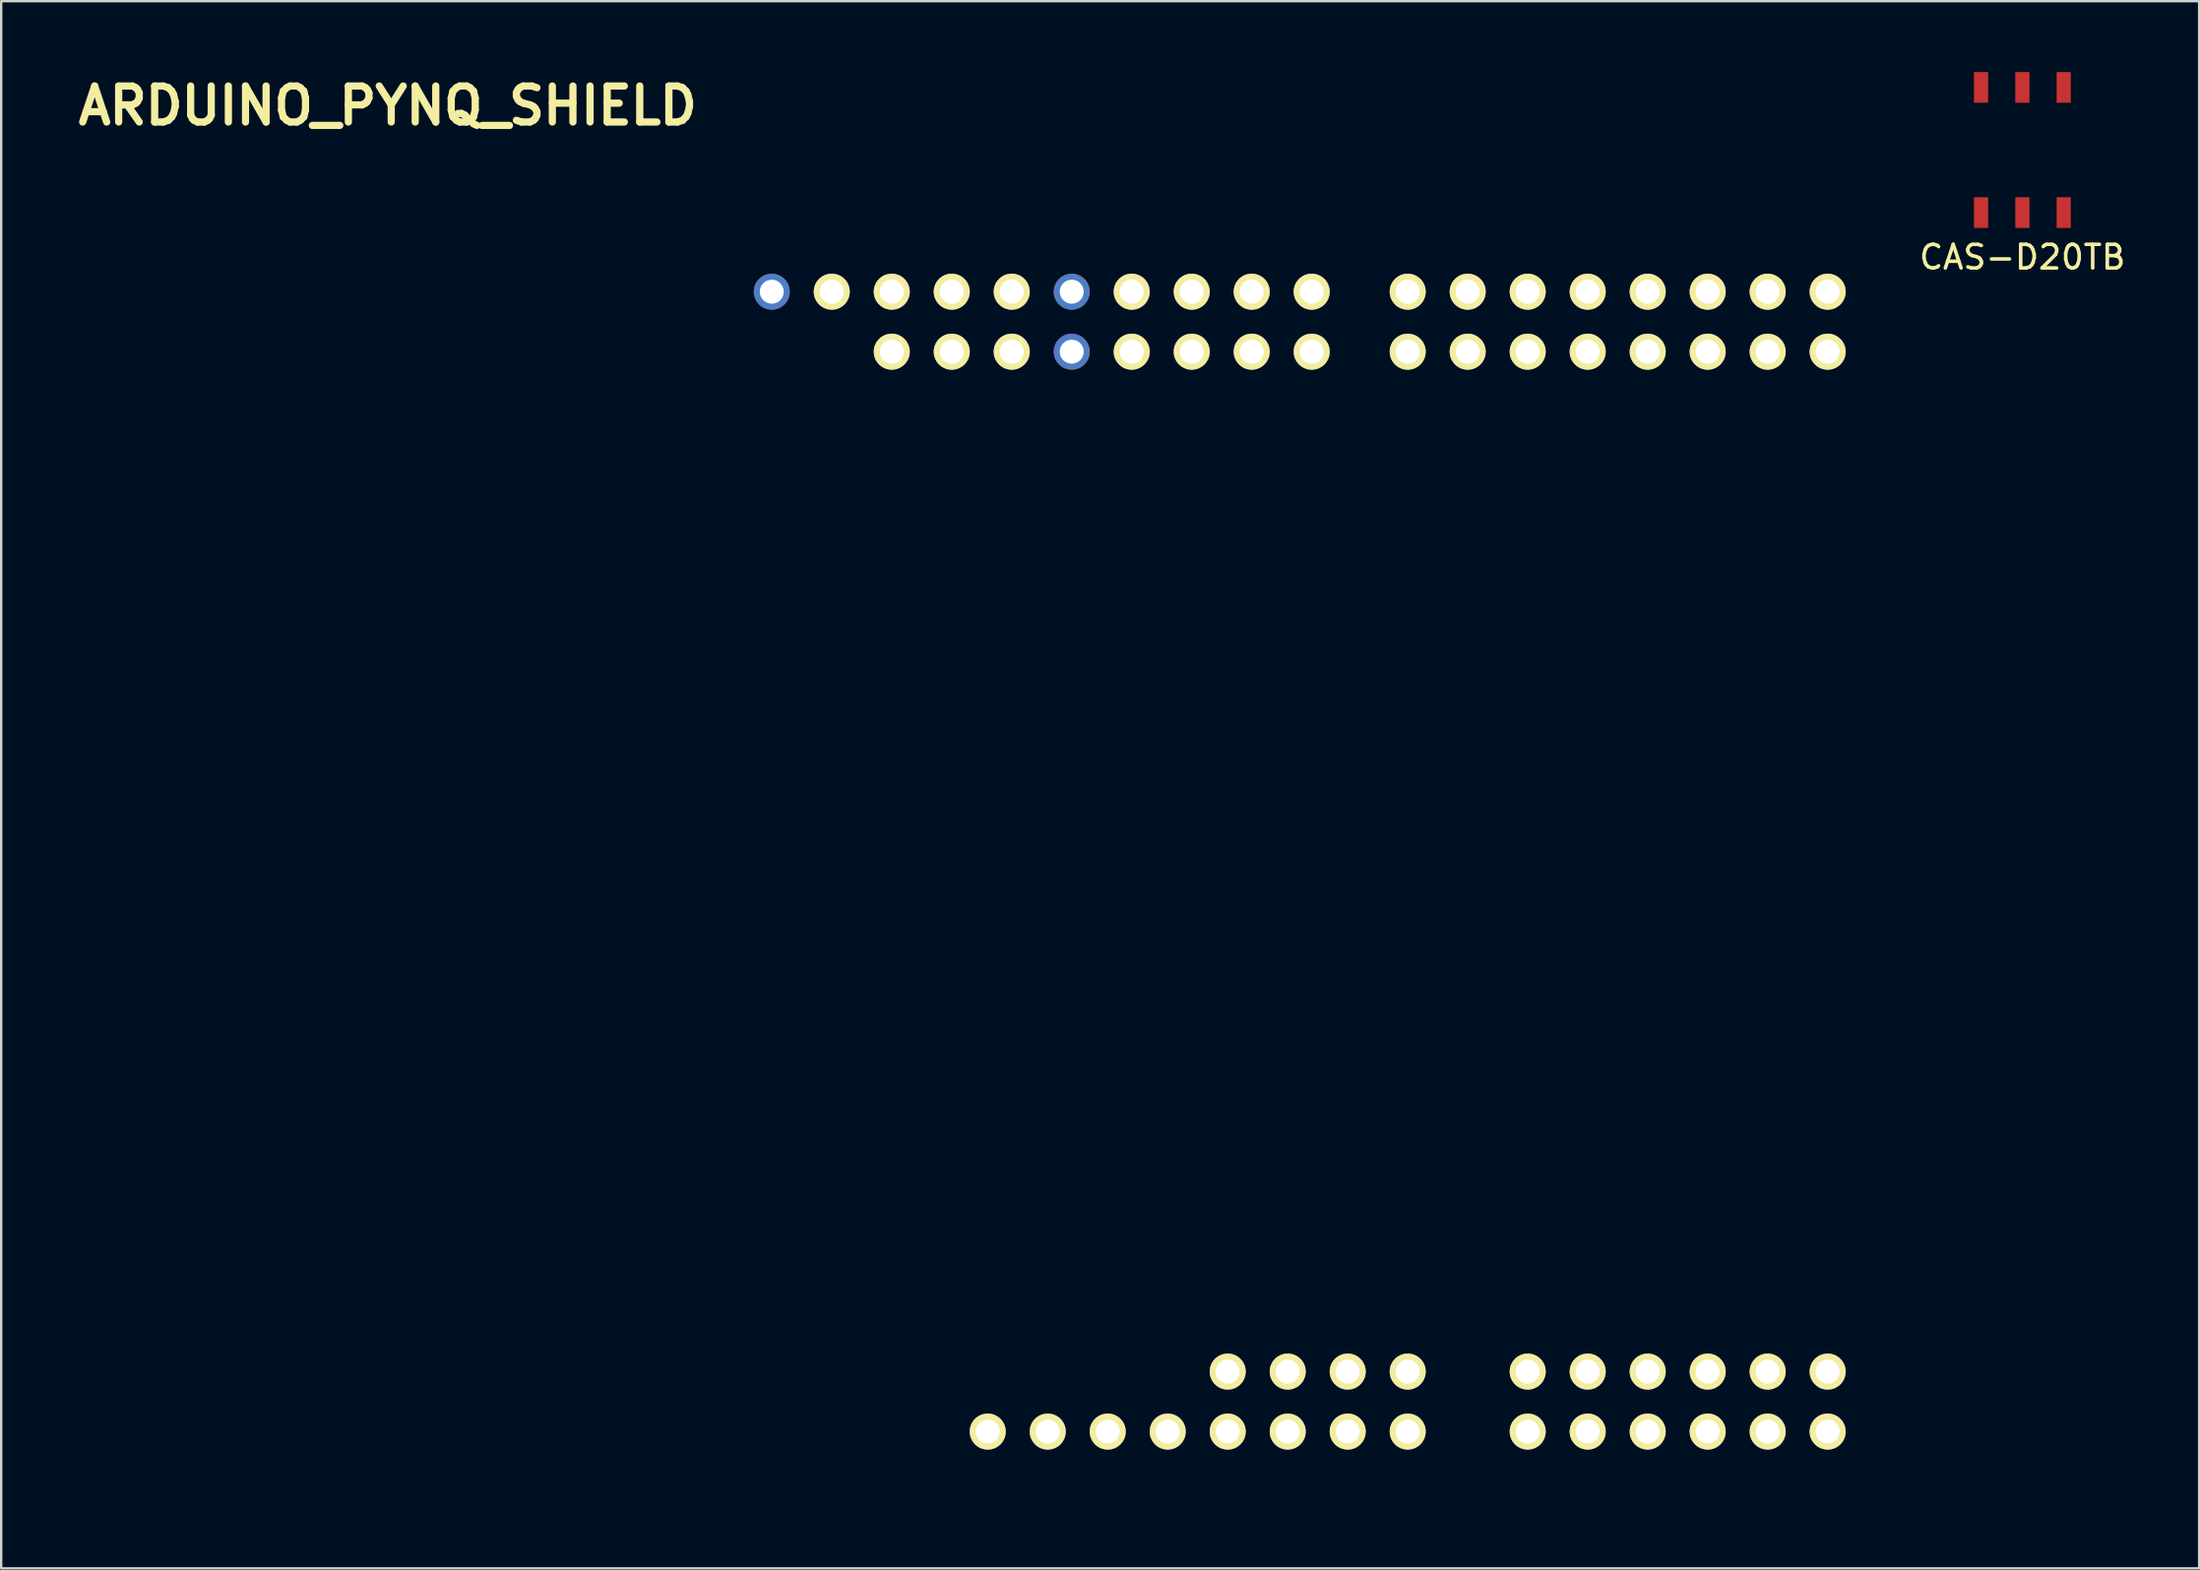
<source format=kicad_pcb>
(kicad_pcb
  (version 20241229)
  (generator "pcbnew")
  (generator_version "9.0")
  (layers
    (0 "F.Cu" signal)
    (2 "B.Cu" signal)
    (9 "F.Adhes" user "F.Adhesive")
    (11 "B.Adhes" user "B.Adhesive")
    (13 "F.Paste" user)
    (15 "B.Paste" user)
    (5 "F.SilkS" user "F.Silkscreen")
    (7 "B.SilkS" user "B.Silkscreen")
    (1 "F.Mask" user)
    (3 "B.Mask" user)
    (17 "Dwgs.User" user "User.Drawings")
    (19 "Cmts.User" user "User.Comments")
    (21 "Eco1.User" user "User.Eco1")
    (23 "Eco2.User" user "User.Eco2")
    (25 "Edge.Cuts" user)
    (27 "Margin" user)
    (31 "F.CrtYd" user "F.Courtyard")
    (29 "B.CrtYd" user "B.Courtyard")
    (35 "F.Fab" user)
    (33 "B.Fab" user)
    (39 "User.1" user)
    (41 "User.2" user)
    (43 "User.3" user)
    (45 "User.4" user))
  (footprint "ARDUINO_PYNQ_SHIELD"
    (layer "F.Cu")
    (at 10.828 60.1)
    (property "Reference" "ARDUINO_PYNQ_SHIELD" (at 2.54 -58.674 0) (layer "F.SilkS") (effects (font (size 1.524 1.524) (thickness 0.305))))
    (attr through_hole)
    (pad "0" thru_hole circle (at 63.5 -50.8 90) (size 1.524 1.524) (drill 1.016) (layers "*.Cu" "*.Mask" "F.SilkS"))
    (pad "1" thru_hole circle (at 60.96 -50.8 90) (size 1.524 1.524) (drill 1.016) (layers "*.Cu" "*.Mask" "F.SilkS"))
    (pad "2" thru_hole circle (at 58.42 -50.8 90) (size 1.524 1.524) (drill 1.016) (layers "*.Cu" "*.Mask" "F.SilkS"))
    (pad "3" thru_hole circle (at 55.88 -50.8 90) (size 1.524 1.524) (drill 1.016) (layers "*.Cu" "*.Mask" "F.SilkS"))
    (pad "3V3" thru_hole circle (at 35.56 -2.54 90) (size 1.524 1.524) (drill 1.016) (layers "*.Cu" "*.Mask" "F.SilkS"))
    (pad "4" thru_hole circle (at 53.34 -50.8 90) (size 1.524 1.524) (drill 1.016) (layers "*.Cu" "*.Mask" "F.SilkS"))
    (pad "5" thru_hole circle (at 50.8 -50.8 90) (size 1.524 1.524) (drill 1.016) (layers "*.Cu" "*.Mask" "F.SilkS"))
    (pad "5V" thru_hole circle (at 38.1 -2.54 90) (size 1.524 1.524) (drill 1.016) (layers "*.Cu" "*.Mask" "F.SilkS"))
    (pad "6" thru_hole circle (at 48.26 -50.8 90) (size 1.524 1.524) (drill 1.016) (layers "*.Cu" "*.Mask" "F.SilkS"))
    (pad "7" thru_hole circle (at 45.72 -50.8 90) (size 1.524 1.524) (drill 1.016) (layers "*.Cu" "*.Mask" "F.SilkS"))
    (pad "8" thru_hole circle (at 41.656 -50.8 90) (size 1.524 1.524) (drill 1.016) (layers "*.Cu" "*.Mask" "F.SilkS"))
    (pad "9" thru_hole circle (at 39.116 -50.8 90) (size 1.524 1.524) (drill 1.016) (layers "*.Cu" "*.Mask" "F.SilkS"))
    (pad "10" thru_hole circle (at 36.576 -50.8 90) (size 1.524 1.524) (drill 1.016) (layers "*.Cu" "*.Mask" "F.SilkS"))
    (pad "11" thru_hole circle (at 34.036 -50.8 90) (size 1.524 1.524) (drill 1.016) (layers "*.Cu" "*.Mask" "F.SilkS"))
    (pad "12" thru_hole circle (at 31.496 -50.8 90) (size 1.524 1.524) (drill 1.016) (layers "*.Cu" "*.Mask"))
    (pad "13" thru_hole circle (at 28.956 -50.8 90) (size 1.524 1.524) (drill 1.016) (layers "*.Cu" "*.Mask" "F.SilkS"))
    (pad "26" thru_hole circle (at 63.5 -48.26 90) (size 1.524 1.524) (drill 1.016) (layers "*.Cu" "*.Mask" "F.SilkS"))
    (pad "27" thru_hole circle (at 60.96 -48.26 90) (size 1.524 1.524) (drill 1.016) (layers "*.Cu" "*.Mask" "F.SilkS"))
    (pad "28" thru_hole circle (at 58.42 -48.26 90) (size 1.524 1.524) (drill 1.016) (layers "*.Cu" "*.Mask" "F.SilkS"))
    (pad "29" thru_hole circle (at 55.88 -48.26 90) (size 1.524 1.524) (drill 1.016) (layers "*.Cu" "*.Mask" "F.SilkS"))
    (pad "30" thru_hole circle (at 53.34 -48.26 90) (size 1.524 1.524) (drill 1.016) (layers "*.Cu" "*.Mask" "F.SilkS"))
    (pad "31" thru_hole circle (at 50.8 -48.26 90) (size 1.524 1.524) (drill 1.016) (layers "*.Cu" "*.Mask" "F.SilkS"))
    (pad "32" thru_hole circle (at 48.26 -48.26 90) (size 1.524 1.524) (drill 1.016) (layers "*.Cu" "*.Mask" "F.SilkS"))
    (pad "33" thru_hole circle (at 45.72 -48.26 90) (size 1.524 1.524) (drill 1.016) (layers "*.Cu" "*.Mask" "F.SilkS"))
    (pad "34" thru_hole circle (at 41.656 -48.26 90) (size 1.524 1.524) (drill 1.016) (layers "*.Cu" "*.Mask" "F.SilkS"))
    (pad "35" thru_hole circle (at 39.116 -48.26 90) (size 1.524 1.524) (drill 1.016) (layers "*.Cu" "*.Mask" "F.SilkS"))
    (pad "36" thru_hole circle (at 36.576 -48.26 90) (size 1.524 1.524) (drill 1.016) (layers "*.Cu" "*.Mask" "F.SilkS"))
    (pad "37" thru_hole circle (at 34.036 -48.26 90) (size 1.524 1.524) (drill 1.016) (layers "*.Cu" "*.Mask" "F.SilkS"))
    (pad "38" thru_hole circle (at 31.496 -48.26 90) (size 1.524 1.524) (drill 1.016) (layers "*.Cu" "*.Mask"))
    (pad "39" thru_hole circle (at 28.956 -48.26 90) (size 1.524 1.524) (drill 1.016) (layers "*.Cu" "*.Mask" "F.SilkS"))
    (pad "40" thru_hole circle (at 26.416 -48.26 90) (size 1.524 1.524) (drill 1.016) (layers "*.Cu" "*.Mask" "F.SilkS"))
    (pad "41" thru_hole circle (at 23.876 -48.26 90) (size 1.523 1.523) (drill 1.016) (layers "*.Cu" "*.Mask" "F.SilkS"))
    (pad "A0" thru_hole circle (at 50.8 -2.54 90) (size 1.524 1.524) (drill 1.016) (layers "*.Cu" "*.Mask" "F.SilkS"))
    (pad "A1" thru_hole circle (at 53.34 -2.54 90) (size 1.524 1.524) (drill 1.016) (layers "*.Cu" "*.Mask" "F.SilkS"))
    (pad "A2" thru_hole circle (at 55.88 -2.54 90) (size 1.524 1.524) (drill 1.016) (layers "*.Cu" "*.Mask" "F.SilkS"))
    (pad "A3" thru_hole circle (at 58.42 -2.54 90) (size 1.524 1.524) (drill 1.016) (layers "*.Cu" "*.Mask" "F.SilkS"))
    (pad "A4" thru_hole circle (at 60.96 -2.54 90) (size 1.524 1.524) (drill 1.016) (layers "*.Cu" "*.Mask" "F.SilkS"))
    (pad "A5" thru_hole circle (at 63.5 -2.54 90) (size 1.524 1.524) (drill 1.016) (layers "*.Cu" "*.Mask" "F.SilkS"))
    (pad "A6" thru_hole circle (at 50.8 -5.08 90) (size 1.524 1.524) (drill 1.016) (layers "*.Cu" "*.Mask" "F.SilkS"))
    (pad "A7" thru_hole circle (at 53.34 -5.08 90) (size 1.524 1.524) (drill 1.016) (layers "*.Cu" "*.Mask" "F.SilkS"))
    (pad "A8" thru_hole circle (at 55.88 -5.08 90) (size 1.524 1.524) (drill 1.016) (layers "*.Cu" "*.Mask" "F.SilkS"))
    (pad "A9" thru_hole circle (at 58.42 -5.08 90) (size 1.524 1.524) (drill 1.016) (layers "*.Cu" "*.Mask" "F.SilkS"))
    (pad "A10" thru_hole circle (at 60.96 -5.08 90) (size 1.524 1.524) (drill 1.016) (layers "*.Cu" "*.Mask" "F.SilkS"))
    (pad "A11" thru_hole circle (at 63.5 -5.08 90) (size 1.524 1.524) (drill 1.016) (layers "*.Cu" "*.Mask" "F.SilkS"))
    (pad "A_R" thru_hole circle (at 23.876 -50.8 90) (size 1.523 1.523) (drill 1.016) (layers "*.Cu" "*.Mask" "F.SilkS"))
    (pad "G" thru_hole circle (at 26.416 -50.8 90) (size 1.524 1.524) (drill 1.016) (layers "*.Cu" "*.Mask" "F.SilkS"))
    (pad "GND1" thru_hole circle (at 40.64 -2.54 90) (size 1.524 1.524) (drill 1.016) (layers "*.Cu" "*.Mask" "F.SilkS"))
    (pad "GND2" thru_hole circle (at 43.18 -2.54 90) (size 1.524 1.524) (drill 1.016) (layers "*.Cu" "*.Mask" "F.SilkS"))
    (pad "IO_R" thru_hole circle (at 30.48 -2.54 90) (size 1.524 1.524) (drill 1.016) (layers "*.Cu" "*.Mask" "F.SilkS"))
    (pad "NC1" thru_hole circle (at 27.94 -2.54 90) (size 1.524 1.524) (drill 1.016) (layers "*.Cu" "*.Mask" "F.SilkS"))
    (pad "RST" thru_hole circle (at 33.02 -2.54 90) (size 1.524 1.524) (drill 1.016) (layers "*.Cu" "*.Mask" "F.SilkS"))
    (pad "SCL" thru_hole circle (at 18.796 -50.8 90) (size 1.524 1.524) (drill 1.016) (layers "*.Cu" "*.Mask"))
    (pad "SDA" thru_hole circle (at 21.336 -50.8 90) (size 1.524 1.524) (drill 1.016) (layers "*.Cu" "*.Mask" "F.SilkS"))
    (pad "VIN" thru_hole circle (at 45.72 -2.54 90) (size 1.524 1.524) (drill 1.016) (layers "*.Cu" "*.Mask" "F.SilkS"))
    (pad "V_N" thru_hole circle (at 40.64 -5.08 90) (size 1.524 1.524) (drill 1.016) (layers "*.Cu" "*.Mask" "F.SilkS"))
    (pad "V_P" thru_hole circle (at 38.1 -5.08 90) (size 1.524 1.524) (drill 1.016) (layers "*.Cu" "*.Mask" "F.SilkS"))
    (pad "XGND" thru_hole circle (at 43.18 -5.08 90) (size 1.524 1.524) (drill 1.016) (layers "*.Cu" "*.Mask" "F.SilkS"))
    (pad "XV_R" thru_hole circle (at 45.72 -5.08 90) (size 1.524 1.524) (drill 1.016) (layers "*.Cu" "*.Mask" "F.SilkS")))
  (footprint "CAS-D20TB"
    (layer "F.Cu")
    (at 82.572 3.3)
    (property "Reference" "CAS-D20TB" (at 0 4.54 0) (layer "F.SilkS") (effects (font (size 1 1) (thickness 0.15))))
    (attr through_hole)
    (pad "1" smd rect (at -1.75 -2.65) (size 0.6 1.3) (layers "F.Cu" "F.Mask" "F.Paste"))
    (pad "2" smd rect (at 0 -2.65) (size 0.6 1.3) (layers "F.Cu" "F.Mask" "F.Paste"))
    (pad "3" smd rect (at 1.75 -2.65) (size 0.6 1.3) (layers "F.Cu" "F.Mask" "F.Paste"))
    (pad "4" smd rect (at -1.75 2.65) (size 0.6 1.3) (layers "F.Cu" "F.Mask" "F.Paste"))
    (pad "5" smd rect (at 0 2.65) (size 0.6 1.3) (layers "F.Cu" "F.Mask" "F.Paste"))
    (pad "6" smd rect (at 1.75 2.65) (size 0.6 1.3) (layers "F.Cu" "F.Mask" "F.Paste")))
  (gr_rect
    (start -3 -3)
    (end 90.054 63.35)
    (stroke (width 0.1) (type default))
    (fill no)
    (layer "Edge.Cuts")))
</source>
